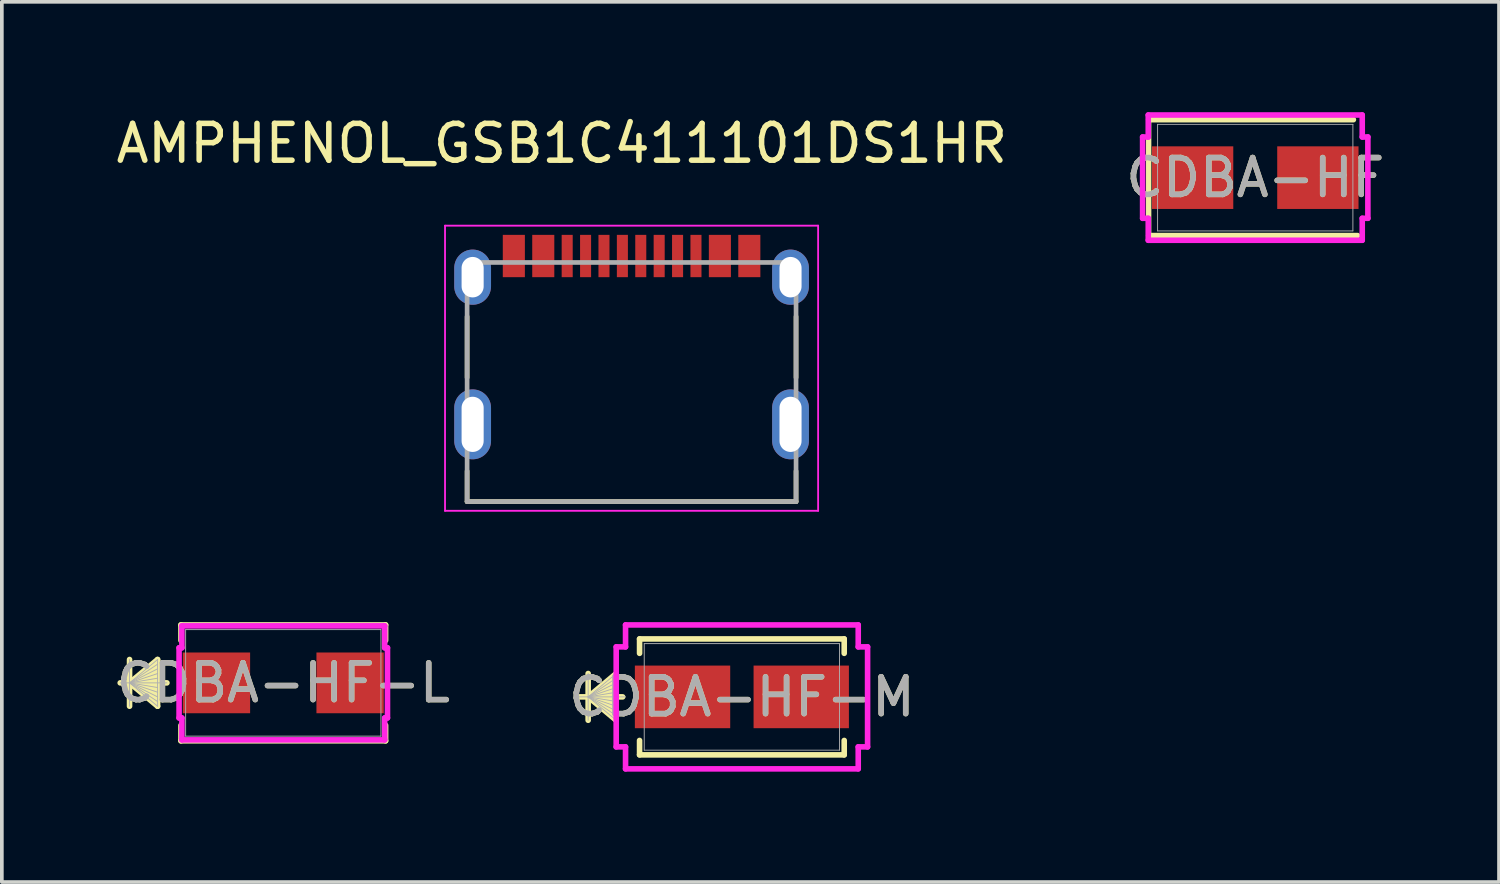
<source format=kicad_pcb>
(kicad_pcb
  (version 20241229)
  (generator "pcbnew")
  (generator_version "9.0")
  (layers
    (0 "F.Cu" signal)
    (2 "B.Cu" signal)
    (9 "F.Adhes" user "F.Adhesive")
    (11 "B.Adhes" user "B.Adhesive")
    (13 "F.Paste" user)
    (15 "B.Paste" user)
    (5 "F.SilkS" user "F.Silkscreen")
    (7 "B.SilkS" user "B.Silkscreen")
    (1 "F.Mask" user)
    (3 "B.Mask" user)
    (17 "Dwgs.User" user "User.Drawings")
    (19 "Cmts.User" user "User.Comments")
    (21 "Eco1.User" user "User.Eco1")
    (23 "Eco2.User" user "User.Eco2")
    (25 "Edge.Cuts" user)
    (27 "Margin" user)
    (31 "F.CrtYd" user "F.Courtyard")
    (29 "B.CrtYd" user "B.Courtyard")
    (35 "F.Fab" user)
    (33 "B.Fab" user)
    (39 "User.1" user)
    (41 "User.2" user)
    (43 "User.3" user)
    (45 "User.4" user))
  (footprint "CDBA-HF"
    (layer "F.Cu")
    (at 31.065 1.778)
    (property "Reference" "CDBA-HF" (at 0 0 0) (unlocked yes) (layer "F.SilkS") (effects (font (size 1 1) (thickness 0.15))))
    (attr smd)
    (fp_line (start -2.896 -1.575) (end -2.896 1.575) (stroke (width 0.145) (type default)) (layer "F.SilkS"))
    (fp_line (start -2.896 1.575) (end 2.781 1.575) (stroke (width 0.152) (type solid)) (layer "F.SilkS"))
    (fp_line (start 2.667 -1.575) (end -2.896 -1.575) (stroke (width 0.152) (type solid)) (layer "F.SilkS"))
    (fp_line (start -3.061 -1.105) (end -2.908 -1.105) (stroke (width 0.152) (type solid)) (layer "F.CrtYd"))
    (fp_line (start -3.061 1.105) (end -3.061 -1.105) (stroke (width 0.152) (type solid)) (layer "F.CrtYd"))
    (fp_line (start -2.908 -1.702) (end 2.908 -1.702) (stroke (width 0.152) (type solid)) (layer "F.CrtYd"))
    (fp_line (start -2.908 -1.105) (end -2.908 -1.702) (stroke (width 0.152) (type solid)) (layer "F.CrtYd"))
    (fp_line (start -2.908 1.105) (end -3.061 1.105) (stroke (width 0.152) (type solid)) (layer "F.CrtYd"))
    (fp_line (start -2.908 1.702) (end -2.908 1.105) (stroke (width 0.152) (type solid)) (layer "F.CrtYd"))
    (fp_line (start 2.908 -1.702) (end 2.908 -1.105) (stroke (width 0.152) (type solid)) (layer "F.CrtYd"))
    (fp_line (start 2.908 -1.105) (end 3.061 -1.105) (stroke (width 0.152) (type solid)) (layer "F.CrtYd"))
    (fp_line (start 2.908 1.105) (end 2.908 1.702) (stroke (width 0.152) (type solid)) (layer "F.CrtYd"))
    (fp_line (start 2.908 1.702) (end -2.908 1.702) (stroke (width 0.152) (type solid)) (layer "F.CrtYd"))
    (fp_line (start 3.061 -1.105) (end 3.061 1.105) (stroke (width 0.152) (type solid)) (layer "F.CrtYd"))
    (fp_line (start 3.061 1.105) (end 2.908 1.105) (stroke (width 0.152) (type solid)) (layer "F.CrtYd"))
    (fp_line (start -2.654 -1.448) (end -2.654 1.448) (stroke (width 0.025) (type solid)) (layer "F.Fab"))
    (fp_line (start -2.654 1.448) (end 2.654 1.448) (stroke (width 0.025) (type solid)) (layer "F.Fab"))
    (fp_line (start 2.654 -1.448) (end -2.654 -1.448) (stroke (width 0.025) (type solid)) (layer "F.Fab"))
    (fp_line (start 2.654 1.448) (end 2.654 -1.448) (stroke (width 0.025) (type solid)) (layer "F.Fab"))
    (fp_text user "${REFERENCE}" (at 0 0 0) (unlocked yes) (layer "F.Fab") (effects (font (size 1 1) (thickness 0.15))))
    (pad "1" smd rect (at -1.702 0 90) (size 1.702 2.21) (layers "F.Cu" "F.Mask" "F.Paste"))
    (pad "2" smd rect (at 1.702 0 90) (size 1.702 2.21) (layers "F.Cu" "F.Mask" "F.Paste"))
    (zone (net_name "") (layer "F.Cu") (hatch full 0.508) (connect_pads) (min_thickness 0.254) (filled_areas_thickness no) (keepout (tracks not_allowed) (vias not_allowed) (pads allowed) (copperpour not_allowed) (footprints allowed)) (placement (enabled no)) (fill) (polygon (pts (xy 28.462 0.381) (xy 33.669 0.381) (xy 33.669 0.876) (xy 28.462 0.876))))
    (zone (net_name "") (layer "F.Cu") (hatch full 0.508) (connect_pads) (min_thickness 0.254) (filled_areas_thickness no) (keepout (tracks not_allowed) (vias not_allowed) (pads allowed) (copperpour not_allowed) (footprints allowed)) (placement (enabled no)) (fill) (polygon (pts (xy 28.462 2.68) (xy 33.669 2.68) (xy 33.669 3.175) (xy 28.462 3.175))))
    (zone (net_name "") (layer "F.Cu") (hatch full 0.508) (connect_pads) (min_thickness 0.254) (filled_areas_thickness no) (keepout (tracks not_allowed) (vias not_allowed) (pads allowed) (copperpour not_allowed) (footprints allowed)) (placement (enabled no)) (fill) (polygon (pts (xy 30.519 0.876) (xy 31.612 0.876) (xy 31.612 2.68) (xy 30.519 2.68)))))
  (footprint "AMPHENOL_GSB1C411101DS1HR"
    (layer "F.Cu")
    (at 14.115 8.483)
    (property "Reference" "AMPHENOL_GSB1C411101DS1HR" (at -1.895 -7.635 0) (layer "F.SilkS") (effects (font (size 1 1) (thickness 0.15))))
    (attr smd)
    (fp_line (start -4.47 -2.93) (end -4.47 -1.27) (stroke (width 0.127) (type solid)) (layer "F.SilkS"))
    (fp_line (start -4.47 2.1) (end -4.47 1.27) (stroke (width 0.127) (type solid)) (layer "F.SilkS"))
    (fp_line (start -4.47 2.1) (end 4.47 2.1) (stroke (width 0.127) (type solid)) (layer "F.SilkS"))
    (fp_line (start 4.47 -2.93) (end 4.47 -1.27) (stroke (width 0.127) (type solid)) (layer "F.SilkS"))
    (fp_line (start 4.47 2.1) (end 4.47 1.27) (stroke (width 0.127) (type solid)) (layer "F.SilkS"))
    (fp_line (start -5.07 -5.4) (end -5.07 2.35) (stroke (width 0.05) (type solid)) (layer "F.CrtYd"))
    (fp_line (start -5.07 2.35) (end 5.07 2.35) (stroke (width 0.05) (type solid)) (layer "F.CrtYd"))
    (fp_line (start 5.07 -5.4) (end -5.07 -5.4) (stroke (width 0.05) (type solid)) (layer "F.CrtYd"))
    (fp_line (start 5.07 2.35) (end 5.07 -5.4) (stroke (width 0.05) (type solid)) (layer "F.CrtYd"))
    (fp_line (start -4.47 -4.4) (end -4.47 2.1) (stroke (width 0.127) (type solid)) (layer "F.Fab"))
    (fp_line (start -4.47 2.1) (end 4.47 2.1) (stroke (width 0.127) (type solid)) (layer "F.Fab"))
    (fp_line (start 4.47 -4.4) (end -4.47 -4.4) (stroke (width 0.127) (type solid)) (layer "F.Fab"))
    (fp_line (start 4.47 2.1) (end 4.47 -4.4) (stroke (width 0.127) (type solid)) (layer "F.Fab"))
    (pad "A1B12" smd rect (at -3.2 -4.575) (size 0.6 1.15) (layers "F.Cu" "F.Mask" "F.Paste"))
    (pad "A4B9" smd rect (at -2.4 -4.575) (size 0.6 1.15) (layers "F.Cu" "F.Mask" "F.Paste"))
    (pad "A5" smd rect (at -1.25 -4.575) (size 0.3 1.15) (layers "F.Cu" "F.Mask" "F.Paste"))
    (pad "A6" smd rect (at -0.25 -4.575) (size 0.3 1.15) (layers "F.Cu" "F.Mask" "F.Paste"))
    (pad "A7" smd rect (at 0.25 -4.575) (size 0.3 1.15) (layers "F.Cu" "F.Mask" "F.Paste"))
    (pad "A8" smd rect (at 1.25 -4.575) (size 0.3 1.15) (layers "F.Cu" "F.Mask" "F.Paste"))
    (pad "B1A12" smd rect (at 3.2 -4.575) (size 0.6 1.15) (layers "F.Cu" "F.Mask" "F.Paste"))
    (pad "B4A9" smd rect (at 2.4 -4.575) (size 0.6 1.15) (layers "F.Cu" "F.Mask" "F.Paste"))
    (pad "B5" smd rect (at 1.75 -4.575) (size 0.3 1.15) (layers "F.Cu" "F.Mask" "F.Paste"))
    (pad "B6" smd rect (at 0.75 -4.575) (size 0.3 1.15) (layers "F.Cu" "F.Mask" "F.Paste"))
    (pad "B7" smd rect (at -0.75 -4.575) (size 0.3 1.15) (layers "F.Cu" "F.Mask" "F.Paste"))
    (pad "B8" smd rect (at -1.75 -4.575) (size 0.3 1.15) (layers "F.Cu" "F.Mask" "F.Paste"))
    (pad "SH1" thru_hole oval (at -4.32 0) (size 1 1.9) (drill oval 0.6 1.5) (layers "*.Cu" "*.Mask"))
    (pad "SH2" thru_hole oval (at 4.32 0) (size 1 1.9) (drill oval 0.6 1.5) (layers "*.Cu" "*.Mask"))
    (pad "SH3" thru_hole oval (at -4.32 -4) (size 1 1.5) (drill oval 0.6 1.1) (layers "*.Cu" "*.Mask"))
    (pad "SH4" thru_hole oval (at 4.32 -4) (size 1 1.5) (drill oval 0.6 1.1) (layers "*.Cu" "*.Mask")))
  (footprint "CDBA-HF-L"
    (layer "F.Cu")
    (at 4.649 15.509)
    (property "Reference" "CDBA-HF-L" (at 0 0 0) (unlocked yes) (layer "F.SilkS") (effects (font (size 1 1) (thickness 0.15))))
    (attr smd)
    (fp_line (start -4.178 -0.635) (end -4.178 0.635) (stroke (width 0.152) (type solid)) (layer "F.SilkS"))
    (fp_line (start -4.178 0) (end -3.416 -0.635) (stroke (width 0.152) (type solid)) (layer "F.SilkS"))
    (fp_line (start -4.178 0) (end -3.416 -0.508) (stroke (width 0.152) (type solid)) (layer "F.SilkS"))
    (fp_line (start -4.178 0) (end -3.416 -0.381) (stroke (width 0.152) (type solid)) (layer "F.SilkS"))
    (fp_line (start -4.178 0) (end -3.416 -0.254) (stroke (width 0.152) (type solid)) (layer "F.SilkS"))
    (fp_line (start -4.178 0) (end -3.416 -0.127) (stroke (width 0.152) (type solid)) (layer "F.SilkS"))
    (fp_line (start -4.178 0) (end -3.416 0.127) (stroke (width 0.152) (type solid)) (layer "F.SilkS"))
    (fp_line (start -4.178 0) (end -3.416 0.254) (stroke (width 0.152) (type solid)) (layer "F.SilkS"))
    (fp_line (start -4.178 0) (end -3.416 0.381) (stroke (width 0.152) (type solid)) (layer "F.SilkS"))
    (fp_line (start -4.178 0) (end -3.416 0.508) (stroke (width 0.152) (type solid)) (layer "F.SilkS"))
    (fp_line (start -4.178 0) (end -3.416 0.635) (stroke (width 0.152) (type solid)) (layer "F.SilkS"))
    (fp_line (start -3.416 -0.635) (end -3.416 0.635) (stroke (width 0.152) (type solid)) (layer "F.SilkS"))
    (fp_line (start -3.162 0) (end -4.432 0) (stroke (width 0.152) (type solid)) (layer "F.SilkS"))
    (fp_line (start -2.781 -1.575) (end -2.781 -1.154) (stroke (width 0.152) (type solid)) (layer "F.SilkS"))
    (fp_line (start -2.781 1.154) (end -2.781 1.575) (stroke (width 0.152) (type solid)) (layer "F.SilkS"))
    (fp_line (start -2.781 1.575) (end 2.781 1.575) (stroke (width 0.152) (type solid)) (layer "F.SilkS"))
    (fp_line (start 2.781 -1.575) (end -2.781 -1.575) (stroke (width 0.152) (type solid)) (layer "F.SilkS"))
    (fp_line (start 2.781 -1.154) (end 2.781 -1.575) (stroke (width 0.152) (type solid)) (layer "F.SilkS"))
    (fp_line (start 2.781 1.575) (end 2.781 1.154) (stroke (width 0.152) (type solid)) (layer "F.SilkS"))
    (fp_line (start -2.832 -0.953) (end -2.756 -0.953) (stroke (width 0.152) (type solid)) (layer "F.CrtYd"))
    (fp_line (start -2.832 0.953) (end -2.832 -0.953) (stroke (width 0.152) (type solid)) (layer "F.CrtYd"))
    (fp_line (start -2.756 -1.549) (end 2.756 -1.549) (stroke (width 0.152) (type solid)) (layer "F.CrtYd"))
    (fp_line (start -2.756 -0.953) (end -2.756 -1.549) (stroke (width 0.152) (type solid)) (layer "F.CrtYd"))
    (fp_line (start -2.756 0.953) (end -2.832 0.953) (stroke (width 0.152) (type solid)) (layer "F.CrtYd"))
    (fp_line (start -2.756 1.549) (end -2.756 0.953) (stroke (width 0.152) (type solid)) (layer "F.CrtYd"))
    (fp_line (start 2.756 -1.549) (end 2.756 -0.953) (stroke (width 0.152) (type solid)) (layer "F.CrtYd"))
    (fp_line (start 2.756 -0.953) (end 2.832 -0.953) (stroke (width 0.152) (type solid)) (layer "F.CrtYd"))
    (fp_line (start 2.756 0.953) (end 2.756 1.549) (stroke (width 0.152) (type solid)) (layer "F.CrtYd"))
    (fp_line (start 2.756 1.549) (end -2.756 1.549) (stroke (width 0.152) (type solid)) (layer "F.CrtYd"))
    (fp_line (start 2.832 -0.953) (end 2.832 0.953) (stroke (width 0.152) (type solid)) (layer "F.CrtYd"))
    (fp_line (start 2.832 0.953) (end 2.756 0.953) (stroke (width 0.152) (type solid)) (layer "F.CrtYd"))
    (fp_line (start -4.178 -0.635) (end -4.178 0.635) (stroke (width 0.025) (type solid)) (layer "F.Fab"))
    (fp_line (start -4.178 0) (end -3.416 -0.635) (stroke (width 0.025) (type solid)) (layer "F.Fab"))
    (fp_line (start -4.178 0) (end -3.416 -0.508) (stroke (width 0.025) (type solid)) (layer "F.Fab"))
    (fp_line (start -4.178 0) (end -3.416 -0.381) (stroke (width 0.025) (type solid)) (layer "F.Fab"))
    (fp_line (start -4.178 0) (end -3.416 -0.254) (stroke (width 0.025) (type solid)) (layer "F.Fab"))
    (fp_line (start -4.178 0) (end -3.416 -0.127) (stroke (width 0.025) (type solid)) (layer "F.Fab"))
    (fp_line (start -4.178 0) (end -3.416 0.127) (stroke (width 0.025) (type solid)) (layer "F.Fab"))
    (fp_line (start -4.178 0) (end -3.416 0.254) (stroke (width 0.025) (type solid)) (layer "F.Fab"))
    (fp_line (start -4.178 0) (end -3.416 0.381) (stroke (width 0.025) (type solid)) (layer "F.Fab"))
    (fp_line (start -4.178 0) (end -3.416 0.508) (stroke (width 0.025) (type solid)) (layer "F.Fab"))
    (fp_line (start -4.178 0) (end -3.416 0.635) (stroke (width 0.025) (type solid)) (layer "F.Fab"))
    (fp_line (start -3.416 -0.635) (end -3.416 0.635) (stroke (width 0.025) (type solid)) (layer "F.Fab"))
    (fp_line (start -3.162 0) (end -4.432 0) (stroke (width 0.025) (type solid)) (layer "F.Fab"))
    (fp_line (start -2.654 -1.448) (end -2.654 1.448) (stroke (width 0.025) (type solid)) (layer "F.Fab"))
    (fp_line (start -2.654 1.448) (end 2.654 1.448) (stroke (width 0.025) (type solid)) (layer "F.Fab"))
    (fp_line (start 2.654 -1.448) (end -2.654 -1.448) (stroke (width 0.025) (type solid)) (layer "F.Fab"))
    (fp_line (start 2.654 1.448) (end 2.654 -1.448) (stroke (width 0.025) (type solid)) (layer "F.Fab"))
    (fp_text user "${REFERENCE}" (at 0 0 0) (unlocked yes) (layer "F.Fab") (effects (font (size 1 1) (thickness 0.15))))
    (pad "1" smd rect (at -1.816 0 90) (size 1.651 1.829) (layers "F.Cu" "F.Mask" "F.Paste"))
    (pad "2" smd rect (at 1.816 0 90) (size 1.651 1.829) (layers "F.Cu" "F.Mask" "F.Paste"))
    (zone (net_name "") (layer "F.Cu") (hatch full 0.508) (connect_pads) (min_thickness 0.254) (filled_areas_thickness no) (keepout (tracks not_allowed) (vias not_allowed) (pads allowed) (copperpour not_allowed) (footprints allowed)) (placement (enabled no)) (fill) (polygon (pts (xy 2.045 14.112) (xy 7.252 14.112) (xy 7.252 14.608) (xy 2.045 14.608))))
    (zone (net_name "") (layer "F.Cu") (hatch full 0.508) (connect_pads) (min_thickness 0.254) (filled_areas_thickness no) (keepout (tracks not_allowed) (vias not_allowed) (pads allowed) (copperpour not_allowed) (footprints allowed)) (placement (enabled no)) (fill) (polygon (pts (xy 2.045 16.411) (xy 7.252 16.411) (xy 7.252 16.906) (xy 2.045 16.906))))
    (zone (net_name "") (layer "F.Cu") (hatch full 0.508) (connect_pads) (min_thickness 0.254) (filled_areas_thickness no) (keepout (tracks not_allowed) (vias not_allowed) (pads allowed) (copperpour not_allowed) (footprints allowed)) (placement (enabled no)) (fill) (polygon (pts (xy 3.798 14.608) (xy 5.5 14.608) (xy 5.5 16.411) (xy 3.798 16.411)))))
  (footprint "CDBA-HF-M"
    (layer "F.Cu")
    (at 17.113 15.89)
    (property "Reference" "CDBA-HF-M" (at 0 0 0) (unlocked yes) (layer "F.SilkS") (effects (font (size 1 1) (thickness 0.15))))
    (attr smd)
    (fp_line (start -4.178 -0.635) (end -4.178 0.635) (stroke (width 0.152) (type solid)) (layer "F.SilkS"))
    (fp_line (start -4.178 0) (end -3.416 -0.635) (stroke (width 0.152) (type solid)) (layer "F.SilkS"))
    (fp_line (start -4.178 0) (end -3.416 -0.508) (stroke (width 0.152) (type solid)) (layer "F.SilkS"))
    (fp_line (start -4.178 0) (end -3.416 -0.381) (stroke (width 0.152) (type solid)) (layer "F.SilkS"))
    (fp_line (start -4.178 0) (end -3.416 -0.254) (stroke (width 0.152) (type solid)) (layer "F.SilkS"))
    (fp_line (start -4.178 0) (end -3.416 -0.127) (stroke (width 0.152) (type solid)) (layer "F.SilkS"))
    (fp_line (start -4.178 0) (end -3.416 0.127) (stroke (width 0.152) (type solid)) (layer "F.SilkS"))
    (fp_line (start -4.178 0) (end -3.416 0.254) (stroke (width 0.152) (type solid)) (layer "F.SilkS"))
    (fp_line (start -4.178 0) (end -3.416 0.381) (stroke (width 0.152) (type solid)) (layer "F.SilkS"))
    (fp_line (start -4.178 0) (end -3.416 0.508) (stroke (width 0.152) (type solid)) (layer "F.SilkS"))
    (fp_line (start -4.178 0) (end -3.416 0.635) (stroke (width 0.152) (type solid)) (layer "F.SilkS"))
    (fp_line (start -3.416 -0.635) (end -3.416 0.635) (stroke (width 0.152) (type solid)) (layer "F.SilkS"))
    (fp_line (start -3.241 0) (end -4.432 0) (stroke (width 0.152) (type solid)) (layer "F.SilkS"))
    (fp_line (start -2.781 -1.575) (end -2.781 -1.184) (stroke (width 0.152) (type solid)) (layer "F.SilkS"))
    (fp_line (start -2.781 1.184) (end -2.781 1.575) (stroke (width 0.152) (type solid)) (layer "F.SilkS"))
    (fp_line (start -2.781 1.575) (end 2.781 1.575) (stroke (width 0.152) (type solid)) (layer "F.SilkS"))
    (fp_line (start 2.781 -1.575) (end -2.781 -1.575) (stroke (width 0.152) (type solid)) (layer "F.SilkS"))
    (fp_line (start 2.781 -1.184) (end 2.781 -1.575) (stroke (width 0.152) (type solid)) (layer "F.SilkS"))
    (fp_line (start 2.781 1.575) (end 2.781 1.184) (stroke (width 0.152) (type solid)) (layer "F.SilkS"))
    (fp_line (start -3.416 -1.359) (end -3.162 -1.359) (stroke (width 0.152) (type solid)) (layer "F.CrtYd"))
    (fp_line (start -3.416 1.359) (end -3.416 -1.359) (stroke (width 0.152) (type solid)) (layer "F.CrtYd"))
    (fp_line (start -3.162 -1.956) (end 3.162 -1.956) (stroke (width 0.152) (type solid)) (layer "F.CrtYd"))
    (fp_line (start -3.162 -1.359) (end -3.162 -1.956) (stroke (width 0.152) (type solid)) (layer "F.CrtYd"))
    (fp_line (start -3.162 1.359) (end -3.416 1.359) (stroke (width 0.152) (type solid)) (layer "F.CrtYd"))
    (fp_line (start -3.162 1.956) (end -3.162 1.359) (stroke (width 0.152) (type solid)) (layer "F.CrtYd"))
    (fp_line (start 3.162 -1.956) (end 3.162 -1.359) (stroke (width 0.152) (type solid)) (layer "F.CrtYd"))
    (fp_line (start 3.162 -1.359) (end 3.416 -1.359) (stroke (width 0.152) (type solid)) (layer "F.CrtYd"))
    (fp_line (start 3.162 1.359) (end 3.162 1.956) (stroke (width 0.152) (type solid)) (layer "F.CrtYd"))
    (fp_line (start 3.162 1.956) (end -3.162 1.956) (stroke (width 0.152) (type solid)) (layer "F.CrtYd"))
    (fp_line (start 3.416 -1.359) (end 3.416 1.359) (stroke (width 0.152) (type solid)) (layer "F.CrtYd"))
    (fp_line (start 3.416 1.359) (end 3.162 1.359) (stroke (width 0.152) (type solid)) (layer "F.CrtYd"))
    (fp_line (start -4.178 -0.635) (end -4.178 0.635) (stroke (width 0.025) (type solid)) (layer "F.Fab"))
    (fp_line (start -4.178 0) (end -3.416 -0.635) (stroke (width 0.025) (type solid)) (layer "F.Fab"))
    (fp_line (start -4.178 0) (end -3.416 -0.508) (stroke (width 0.025) (type solid)) (layer "F.Fab"))
    (fp_line (start -4.178 0) (end -3.416 -0.381) (stroke (width 0.025) (type solid)) (layer "F.Fab"))
    (fp_line (start -4.178 0) (end -3.416 -0.254) (stroke (width 0.025) (type solid)) (layer "F.Fab"))
    (fp_line (start -4.178 0) (end -3.416 -0.127) (stroke (width 0.025) (type solid)) (layer "F.Fab"))
    (fp_line (start -4.178 0) (end -3.416 0.127) (stroke (width 0.025) (type solid)) (layer "F.Fab"))
    (fp_line (start -4.178 0) (end -3.416 0.254) (stroke (width 0.025) (type solid)) (layer "F.Fab"))
    (fp_line (start -4.178 0) (end -3.416 0.381) (stroke (width 0.025) (type solid)) (layer "F.Fab"))
    (fp_line (start -4.178 0) (end -3.416 0.508) (stroke (width 0.025) (type solid)) (layer "F.Fab"))
    (fp_line (start -4.178 0) (end -3.416 0.635) (stroke (width 0.025) (type solid)) (layer "F.Fab"))
    (fp_line (start -3.416 -0.635) (end -3.416 0.635) (stroke (width 0.025) (type solid)) (layer "F.Fab"))
    (fp_line (start -3.162 0) (end -4.432 0) (stroke (width 0.025) (type solid)) (layer "F.Fab"))
    (fp_line (start -2.654 -1.448) (end -2.654 1.448) (stroke (width 0.025) (type solid)) (layer "F.Fab"))
    (fp_line (start -2.654 1.448) (end 2.654 1.448) (stroke (width 0.025) (type solid)) (layer "F.Fab"))
    (fp_line (start 2.654 -1.448) (end -2.654 -1.448) (stroke (width 0.025) (type solid)) (layer "F.Fab"))
    (fp_line (start 2.654 1.448) (end 2.654 -1.448) (stroke (width 0.025) (type solid)) (layer "F.Fab"))
    (fp_text user "${REFERENCE}" (at 0 0 0) (unlocked yes) (layer "F.Fab") (effects (font (size 1 1) (thickness 0.15))))
    (pad "1" smd rect (at -1.613 0 90) (size 1.702 2.591) (layers "F.Cu" "F.Mask" "F.Paste"))
    (pad "2" smd rect (at 1.613 0 90) (size 1.702 2.591) (layers "F.Cu" "F.Mask" "F.Paste"))
    (zone (net_name "") (layer "F.Cu") (hatch full 0.508) (connect_pads) (min_thickness 0.254) (filled_areas_thickness no) (keepout (tracks not_allowed) (vias not_allowed) (pads allowed) (copperpour not_allowed) (footprints allowed)) (placement (enabled no)) (fill) (polygon (pts (xy 14.51 14.493) (xy 19.717 14.493) (xy 19.717 14.989) (xy 14.51 14.989))))
    (zone (net_name "") (layer "F.Cu") (hatch full 0.508) (connect_pads) (min_thickness 0.254) (filled_areas_thickness no) (keepout (tracks not_allowed) (vias not_allowed) (pads allowed) (copperpour not_allowed) (footprints allowed)) (placement (enabled no)) (fill) (polygon (pts (xy 14.51 16.792) (xy 19.717 16.792) (xy 19.717 17.287) (xy 14.51 17.287))))
    (zone (net_name "") (layer "F.Cu") (hatch full 0.508) (connect_pads) (min_thickness 0.254) (filled_areas_thickness no) (keepout (tracks not_allowed) (vias not_allowed) (pads allowed) (copperpour not_allowed) (footprints allowed)) (placement (enabled no)) (fill) (polygon (pts (xy 16.846 14.989) (xy 17.38 14.989) (xy 17.38 16.792) (xy 16.846 16.792)))))
  (gr_rect
    (start -3 -3)
    (end 37.69 20.922)
    (stroke (width 0.1) (type default))
    (fill no)
    (layer "Edge.Cuts")))
</source>
